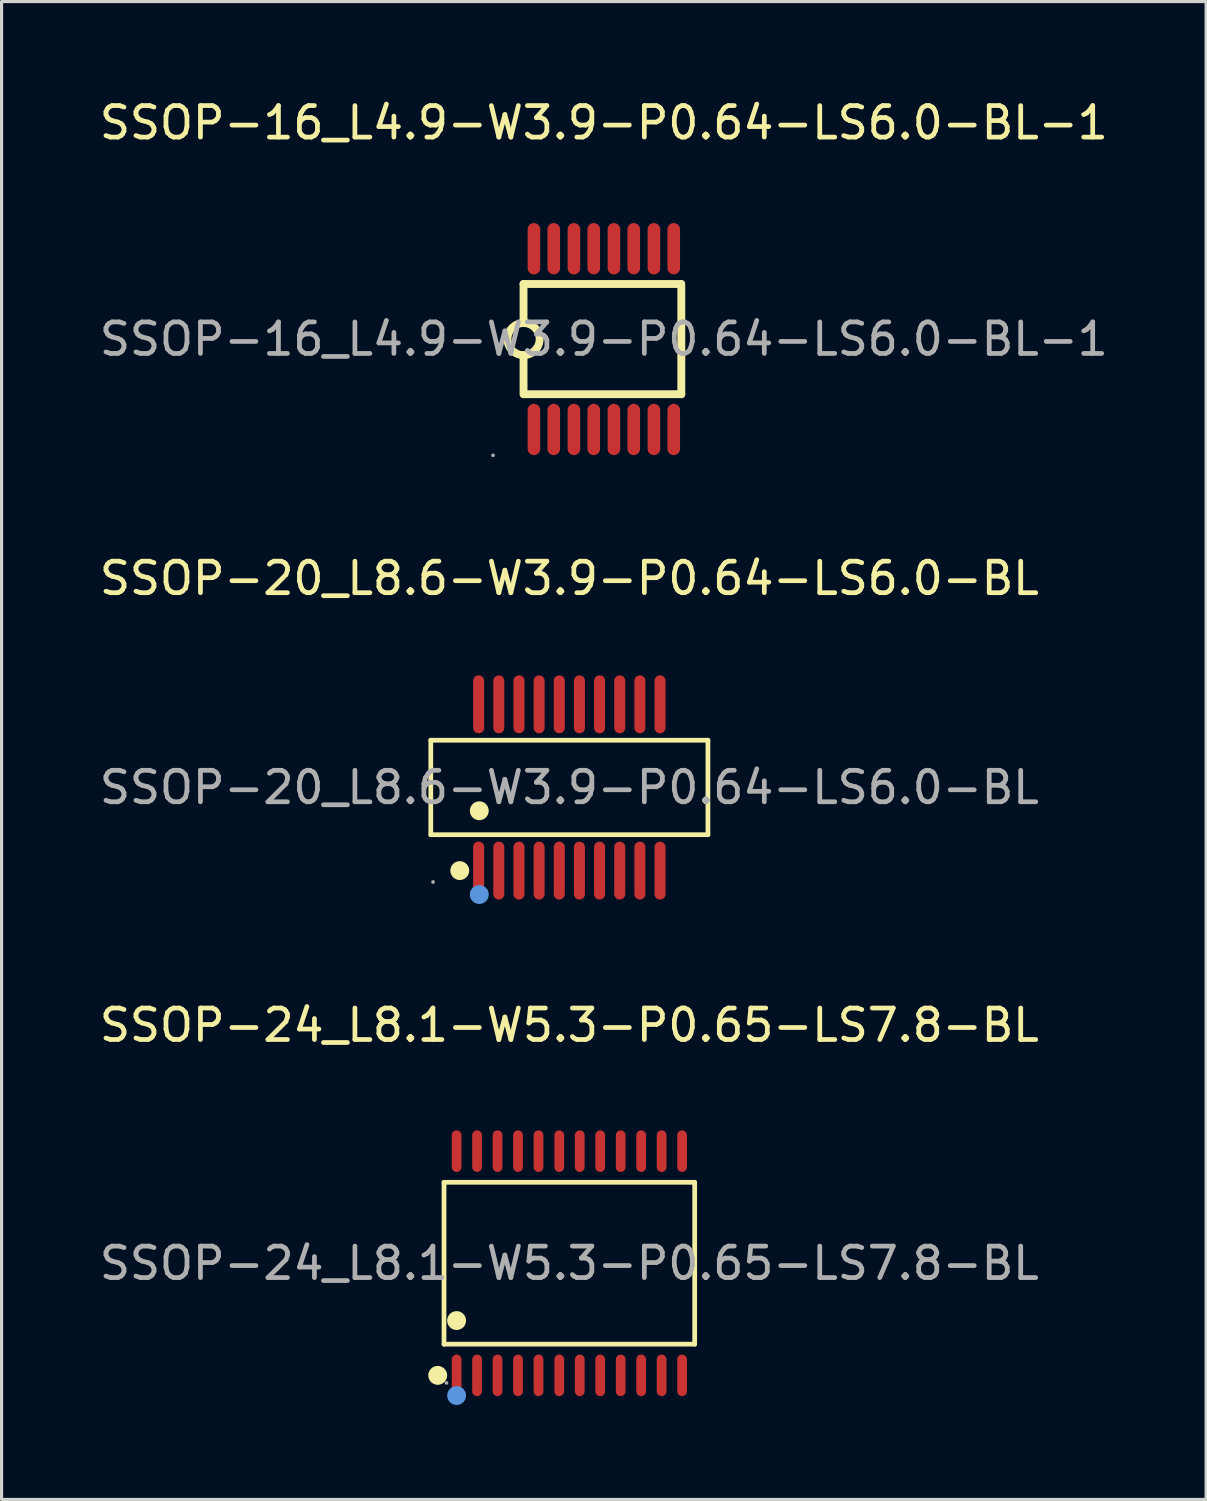
<source format=kicad_pcb>
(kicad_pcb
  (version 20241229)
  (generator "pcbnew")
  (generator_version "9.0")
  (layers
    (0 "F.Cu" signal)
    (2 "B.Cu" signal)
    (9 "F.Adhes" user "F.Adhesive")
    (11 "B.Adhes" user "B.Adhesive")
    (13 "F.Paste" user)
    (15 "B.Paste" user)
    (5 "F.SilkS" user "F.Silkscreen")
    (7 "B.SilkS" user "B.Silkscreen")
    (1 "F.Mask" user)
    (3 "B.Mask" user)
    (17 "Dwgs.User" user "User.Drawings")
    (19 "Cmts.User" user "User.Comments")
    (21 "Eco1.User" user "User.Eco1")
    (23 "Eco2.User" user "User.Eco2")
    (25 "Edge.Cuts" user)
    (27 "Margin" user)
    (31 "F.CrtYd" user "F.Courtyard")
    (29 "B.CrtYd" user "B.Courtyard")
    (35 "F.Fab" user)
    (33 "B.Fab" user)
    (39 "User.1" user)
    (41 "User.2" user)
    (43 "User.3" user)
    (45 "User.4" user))
  (footprint "SSOP-24_L8.1-W5.3-P0.65-LS7.8-BL"
    (layer "F.Cu")
    (at 15.03 37.065)
    (property "Reference" "SSOP-24_L8.1-W5.3-P0.65-LS7.8-BL" (at 0 -7.56 0) (layer "F.SilkS") (effects (font (size 1 1) (thickness 0.15))))
    (attr through_hole)
    (fp_line (start -3.98 -2.57) (end 3.98 -2.57) (stroke (width 0.15) (type solid)) (layer "F.SilkS"))
    (fp_line (start -3.98 2.57) (end -3.98 -2.57) (stroke (width 0.15) (type solid)) (layer "F.SilkS"))
    (fp_line (start 3.98 -2.57) (end 3.98 2.57) (stroke (width 0.15) (type solid)) (layer "F.SilkS"))
    (fp_line (start 3.98 2.57) (end -3.98 2.57) (stroke (width 0.15) (type solid)) (layer "F.SilkS"))
    (fp_circle (center -4.18 3.56) (end -4.03 3.56) (stroke (width 0.3) (type solid)) (fill no) (layer "F.SilkS"))
    (fp_circle (center -3.58 1.82) (end -3.43 1.82) (stroke (width 0.3) (type solid)) (fill no) (layer "F.SilkS"))
    (fp_circle (center -3.58 4.2) (end -3.43 4.2) (stroke (width 0.3) (type solid)) (fill no) (layer "Cmts.User"))
    (fp_circle (center -3.9 3.8) (end -3.87 3.8) (stroke (width 0.06) (type solid)) (fill no) (layer "F.Fab"))
    (fp_text user "${REFERENCE}" (at 0 0 0) (layer "F.Fab") (effects (font (size 1 1) (thickness 0.15))))
    (pad "1" smd oval (at -3.58 3.56) (size 0.31 1.32) (layers "F.Cu" "F.Mask" "F.Paste"))
    (pad "2" smd oval (at -2.93 3.56) (size 0.31 1.32) (layers "F.Cu" "F.Mask" "F.Paste"))
    (pad "3" smd oval (at -2.28 3.56) (size 0.31 1.32) (layers "F.Cu" "F.Mask" "F.Paste"))
    (pad "4" smd oval (at -1.63 3.56) (size 0.31 1.32) (layers "F.Cu" "F.Mask" "F.Paste"))
    (pad "5" smd oval (at -0.98 3.56) (size 0.31 1.32) (layers "F.Cu" "F.Mask" "F.Paste"))
    (pad "6" smd oval (at -0.32 3.56) (size 0.31 1.32) (layers "F.Cu" "F.Mask" "F.Paste"))
    (pad "7" smd oval (at 0.33 3.56) (size 0.31 1.32) (layers "F.Cu" "F.Mask" "F.Paste"))
    (pad "8" smd oval (at 0.98 3.56) (size 0.31 1.32) (layers "F.Cu" "F.Mask" "F.Paste"))
    (pad "9" smd oval (at 1.63 3.56) (size 0.31 1.32) (layers "F.Cu" "F.Mask" "F.Paste"))
    (pad "10" smd oval (at 2.28 3.56) (size 0.31 1.32) (layers "F.Cu" "F.Mask" "F.Paste"))
    (pad "11" smd oval (at 2.93 3.56) (size 0.31 1.32) (layers "F.Cu" "F.Mask" "F.Paste"))
    (pad "12" smd oval (at 3.58 3.56) (size 0.31 1.32) (layers "F.Cu" "F.Mask" "F.Paste"))
    (pad "13" smd oval (at 3.58 -3.56) (size 0.31 1.32) (layers "F.Cu" "F.Mask" "F.Paste"))
    (pad "14" smd oval (at 2.93 -3.56) (size 0.31 1.32) (layers "F.Cu" "F.Mask" "F.Paste"))
    (pad "15" smd oval (at 2.28 -3.56) (size 0.31 1.32) (layers "F.Cu" "F.Mask" "F.Paste"))
    (pad "16" smd oval (at 1.63 -3.56) (size 0.31 1.32) (layers "F.Cu" "F.Mask" "F.Paste"))
    (pad "17" smd oval (at 0.98 -3.56) (size 0.31 1.32) (layers "F.Cu" "F.Mask" "F.Paste"))
    (pad "18" smd oval (at 0.33 -3.56) (size 0.31 1.32) (layers "F.Cu" "F.Mask" "F.Paste"))
    (pad "19" smd oval (at -0.32 -3.56) (size 0.31 1.32) (layers "F.Cu" "F.Mask" "F.Paste"))
    (pad "20" smd oval (at -0.98 -3.56) (size 0.31 1.32) (layers "F.Cu" "F.Mask" "F.Paste"))
    (pad "21" smd oval (at -1.63 -3.56) (size 0.31 1.32) (layers "F.Cu" "F.Mask" "F.Paste"))
    (pad "22" smd oval (at -2.28 -3.56) (size 0.31 1.32) (layers "F.Cu" "F.Mask" "F.Paste"))
    (pad "23" smd oval (at -2.93 -3.56) (size 0.31 1.32) (layers "F.Cu" "F.Mask" "F.Paste"))
    (pad "24" smd oval (at -3.58 -3.56) (size 0.31 1.32) (layers "F.Cu" "F.Mask" "F.Paste")))
  (footprint "SSOP-20_L8.6-W3.9-P0.64-LS6.0-BL"
    (layer "F.Cu")
    (at 15.03 21.956)
    (property "Reference" "SSOP-20_L8.6-W3.9-P0.64-LS6.0-BL" (at 0 -6.64 0) (layer "F.SilkS") (effects (font (size 1 1) (thickness 0.15))))
    (attr through_hole)
    (fp_line (start -4.4 -1.5) (end 4.4 -1.5) (stroke (width 0.15) (type solid)) (layer "F.SilkS"))
    (fp_line (start -4.4 1.5) (end -4.4 -1.5) (stroke (width 0.15) (type solid)) (layer "F.SilkS"))
    (fp_line (start 4.4 -1.5) (end 4.4 1.5) (stroke (width 0.15) (type solid)) (layer "F.SilkS"))
    (fp_line (start 4.4 1.5) (end -4.4 1.5) (stroke (width 0.15) (type solid)) (layer "F.SilkS"))
    (fp_circle (center -3.48 2.64) (end -3.33 2.64) (stroke (width 0.3) (type solid)) (fill no) (layer "F.SilkS"))
    (fp_circle (center -2.86 0.74) (end -2.71 0.74) (stroke (width 0.3) (type solid)) (fill no) (layer "F.SilkS"))
    (fp_circle (center -2.86 3.4) (end -2.71 3.4) (stroke (width 0.3) (type solid)) (fill no) (layer "Cmts.User"))
    (fp_circle (center -4.33 3) (end -4.3 3) (stroke (width 0.06) (type solid)) (fill no) (layer "F.Fab"))
    (fp_text user "${REFERENCE}" (at 0 0 0) (layer "F.Fab") (effects (font (size 1 1) (thickness 0.15))))
    (pad "1" smd oval (at -2.88 2.64) (size 0.35 1.84) (layers "F.Cu" "F.Mask" "F.Paste"))
    (pad "2" smd oval (at -2.24 2.64) (size 0.35 1.84) (layers "F.Cu" "F.Mask" "F.Paste"))
    (pad "3" smd oval (at -1.6 2.64) (size 0.35 1.84) (layers "F.Cu" "F.Mask" "F.Paste"))
    (pad "4" smd oval (at -0.96 2.64) (size 0.35 1.84) (layers "F.Cu" "F.Mask" "F.Paste"))
    (pad "5" smd oval (at -0.32 2.64) (size 0.35 1.84) (layers "F.Cu" "F.Mask" "F.Paste"))
    (pad "6" smd oval (at 0.32 2.64) (size 0.35 1.84) (layers "F.Cu" "F.Mask" "F.Paste"))
    (pad "7" smd oval (at 0.96 2.64) (size 0.35 1.84) (layers "F.Cu" "F.Mask" "F.Paste"))
    (pad "8" smd oval (at 1.6 2.64) (size 0.35 1.84) (layers "F.Cu" "F.Mask" "F.Paste"))
    (pad "9" smd oval (at 2.24 2.64) (size 0.35 1.84) (layers "F.Cu" "F.Mask" "F.Paste"))
    (pad "10" smd oval (at 2.88 2.64) (size 0.35 1.84) (layers "F.Cu" "F.Mask" "F.Paste"))
    (pad "11" smd oval (at 2.88 -2.64 180) (size 0.35 1.84) (layers "F.Cu" "F.Mask" "F.Paste"))
    (pad "12" smd oval (at 2.24 -2.64 180) (size 0.35 1.84) (layers "F.Cu" "F.Mask" "F.Paste"))
    (pad "13" smd oval (at 1.6 -2.64 180) (size 0.35 1.84) (layers "F.Cu" "F.Mask" "F.Paste"))
    (pad "14" smd oval (at 0.96 -2.64 180) (size 0.35 1.84) (layers "F.Cu" "F.Mask" "F.Paste"))
    (pad "15" smd oval (at 0.32 -2.64 180) (size 0.35 1.84) (layers "F.Cu" "F.Mask" "F.Paste"))
    (pad "16" smd oval (at -0.32 -2.64 180) (size 0.35 1.84) (layers "F.Cu" "F.Mask" "F.Paste"))
    (pad "17" smd oval (at -0.96 -2.64 180) (size 0.35 1.84) (layers "F.Cu" "F.Mask" "F.Paste"))
    (pad "18" smd oval (at -1.6 -2.64 180) (size 0.35 1.84) (layers "F.Cu" "F.Mask" "F.Paste"))
    (pad "19" smd oval (at -2.24 -2.64 180) (size 0.35 1.84) (layers "F.Cu" "F.Mask" "F.Paste"))
    (pad "20" smd oval (at -2.88 -2.64 180) (size 0.35 1.84) (layers "F.Cu" "F.Mask" "F.Paste")))
  (footprint "SSOP-16_L4.9-W3.9-P0.64-LS6.0-BL-1"
    (layer "F.Cu")
    (at 16.125 7.718)
    (property "Reference" "SSOP-16_L4.9-W3.9-P0.64-LS6.0-BL-1" (at 0 -6.87 0) (layer "F.SilkS") (effects (font (size 1 1) (thickness 0.15))))
    (attr through_hole)
    (fp_line (start -2.55 -1.75) (end 2.45 -1.75) (stroke (width 0.25) (type solid)) (layer "F.SilkS"))
    (fp_line (start -2.55 -0.51) (end -2.55 -1.75) (stroke (width 0.25) (type solid)) (layer "F.SilkS"))
    (fp_line (start -2.55 1.75) (end -2.55 0.51) (stroke (width 0.25) (type solid)) (layer "F.SilkS"))
    (fp_line (start -2.54 1.75) (end 2.46 1.75) (stroke (width 0.25) (type solid)) (layer "F.SilkS"))
    (fp_line (start 2.46 1.75) (end 2.46 -1.75) (stroke (width 0.25) (type solid)) (layer "F.SilkS"))
    (fp_arc (start -2.558901 0.509922) (mid -2.545549 -0.50998) (end -2.55 0.51) (stroke (width 0.25) (type solid)) (layer "F.SilkS"))
    (fp_circle (center -3.52 3.69) (end -3.49 3.69) (stroke (width 0.06) (type solid)) (fill no) (layer "F.Fab"))
    (fp_text user "${REFERENCE}" (at 0 0 0) (layer "F.Fab") (effects (font (size 1 1) (thickness 0.15))))
    (pad "1" smd oval (at -2.22 2.87 90) (size 1.63 0.4) (layers "F.Cu" "F.Mask" "F.Paste"))
    (pad "2" smd oval (at -1.59 2.87 90) (size 1.63 0.4) (layers "F.Cu" "F.Mask" "F.Paste"))
    (pad "3" smd oval (at -0.95 2.87 90) (size 1.63 0.4) (layers "F.Cu" "F.Mask" "F.Paste"))
    (pad "4" smd oval (at -0.32 2.87 90) (size 1.63 0.4) (layers "F.Cu" "F.Mask" "F.Paste"))
    (pad "5" smd oval (at 0.32 2.87 90) (size 1.63 0.4) (layers "F.Cu" "F.Mask" "F.Paste"))
    (pad "6" smd oval (at 0.95 2.87 90) (size 1.63 0.4) (layers "F.Cu" "F.Mask" "F.Paste"))
    (pad "7" smd oval (at 1.59 2.87 90) (size 1.63 0.4) (layers "F.Cu" "F.Mask" "F.Paste"))
    (pad "8" smd oval (at 2.22 2.87 90) (size 1.63 0.4) (layers "F.Cu" "F.Mask" "F.Paste"))
    (pad "9" smd oval (at 2.22 -2.87 270) (size 1.63 0.4) (layers "F.Cu" "F.Mask" "F.Paste"))
    (pad "10" smd oval (at 1.59 -2.87 270) (size 1.63 0.4) (layers "F.Cu" "F.Mask" "F.Paste"))
    (pad "11" smd oval (at 0.95 -2.87 270) (size 1.63 0.4) (layers "F.Cu" "F.Mask" "F.Paste"))
    (pad "12" smd oval (at 0.32 -2.87 270) (size 1.63 0.4) (layers "F.Cu" "F.Mask" "F.Paste"))
    (pad "13" smd oval (at -0.32 -2.87 270) (size 1.63 0.4) (layers "F.Cu" "F.Mask" "F.Paste"))
    (pad "14" smd oval (at -0.95 -2.87 270) (size 1.63 0.4) (layers "F.Cu" "F.Mask" "F.Paste"))
    (pad "15" smd oval (at -1.59 -2.87 270) (size 1.63 0.4) (layers "F.Cu" "F.Mask" "F.Paste"))
    (pad "16" smd oval (at -2.22 -2.87 270) (size 1.63 0.4) (layers "F.Cu" "F.Mask" "F.Paste")))
  (gr_rect
    (start -3 -3)
    (end 35.25 44.565)
    (stroke (width 0.1) (type default))
    (fill no)
    (layer "Edge.Cuts")))
</source>
